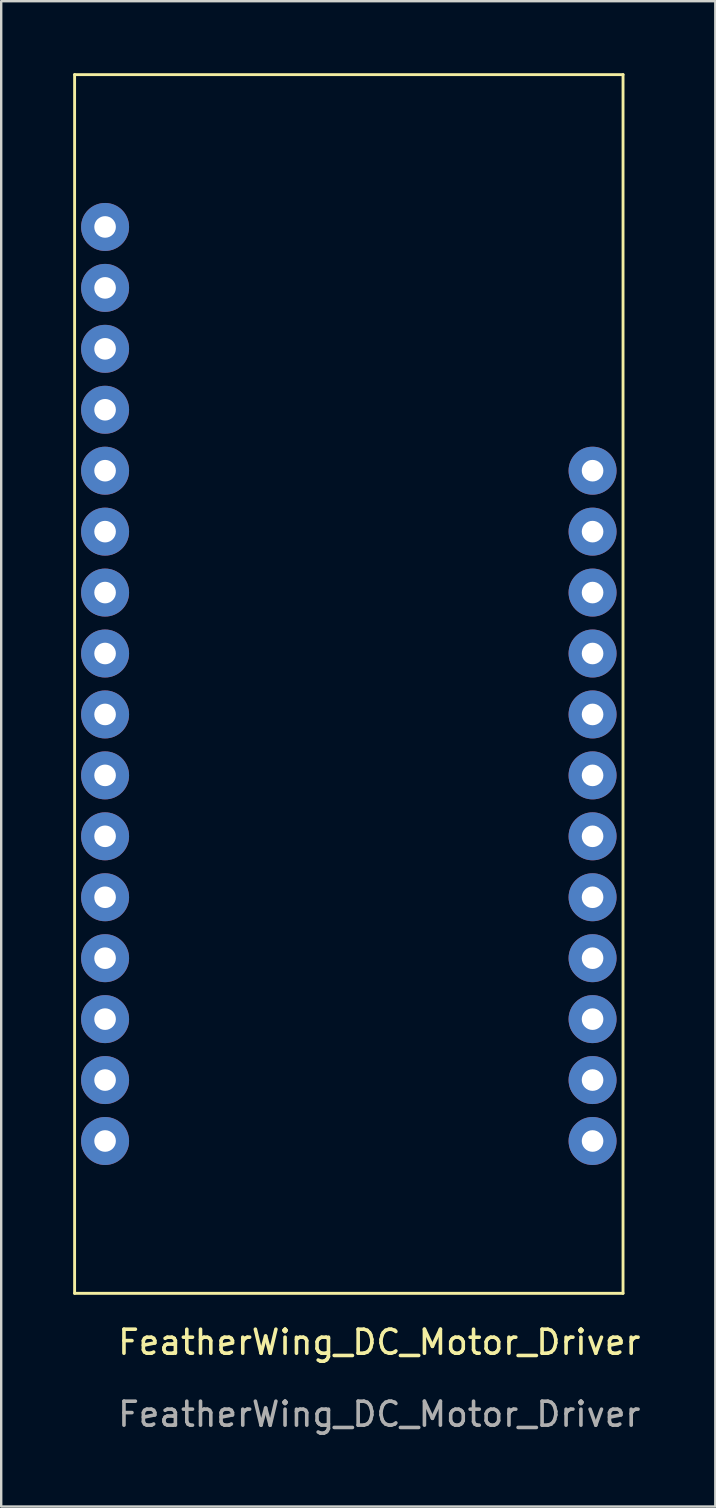
<source format=kicad_pcb>
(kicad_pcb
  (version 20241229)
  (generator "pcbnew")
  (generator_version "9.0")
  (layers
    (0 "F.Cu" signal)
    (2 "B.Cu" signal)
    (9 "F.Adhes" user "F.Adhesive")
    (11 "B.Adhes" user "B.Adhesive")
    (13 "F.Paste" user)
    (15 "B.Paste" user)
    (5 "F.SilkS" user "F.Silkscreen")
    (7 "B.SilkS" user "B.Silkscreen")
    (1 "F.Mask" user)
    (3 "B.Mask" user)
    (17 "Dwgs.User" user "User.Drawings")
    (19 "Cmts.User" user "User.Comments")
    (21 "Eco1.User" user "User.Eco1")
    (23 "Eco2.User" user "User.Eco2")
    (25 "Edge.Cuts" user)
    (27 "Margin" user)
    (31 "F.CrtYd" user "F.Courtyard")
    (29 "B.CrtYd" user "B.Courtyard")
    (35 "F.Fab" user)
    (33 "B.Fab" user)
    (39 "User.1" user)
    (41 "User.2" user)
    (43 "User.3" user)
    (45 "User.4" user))
  (footprint "FeatherWing_DC_Motor_Driver"
    (layer "F.Cu")
    (at 12.76 53.4)
    (property "Reference" "FeatherWing_DC_Motor_Driver" (at 0 -0.5 0) (unlocked yes) (layer "F.SilkS") (effects (font (size 1 1) (thickness 0.15))))
    (attr through_hole)
    (fp_line (start -12.7 -53.34) (end -12.7 -2.54) (stroke (width 0.12) (type solid)) (layer "F.SilkS"))
    (fp_line (start -12.7 -2.54) (end 10.16 -2.54) (stroke (width 0.12) (type solid)) (layer "F.SilkS"))
    (fp_line (start 10.16 -53.34) (end -12.7 -53.34) (stroke (width 0.12) (type solid)) (layer "F.SilkS"))
    (fp_line (start 10.16 -2.54) (end 10.16 -53.34) (stroke (width 0.12) (type solid)) (layer "F.SilkS"))
    (fp_text user "${REFERENCE}" (at 0 2.5 0) (unlocked yes) (layer "F.Fab") (effects (font (size 1 1) (thickness 0.15))))
    (pad "1" thru_hole circle (at -11.43 -46.99) (size 2 2) (drill 0.9) (layers "*.Cu" "*.Mask"))
    (pad "2" thru_hole circle (at -11.43 -44.45) (size 2 2) (drill 0.9) (layers "*.Cu" "*.Mask"))
    (pad "3" thru_hole circle (at -11.43 -41.91) (size 2 2) (drill 0.9) (layers "*.Cu" "*.Mask"))
    (pad "4" thru_hole circle (at -11.43 -39.37) (size 2 2) (drill 0.9) (layers "*.Cu" "*.Mask"))
    (pad "5" thru_hole circle (at -11.43 -36.83) (size 2 2) (drill 0.9) (layers "*.Cu" "*.Mask"))
    (pad "6" thru_hole circle (at -11.43 -34.29) (size 2 2) (drill 0.9) (layers "*.Cu" "*.Mask"))
    (pad "7" thru_hole circle (at -11.43 -31.75) (size 2 2) (drill 0.9) (layers "*.Cu" "*.Mask"))
    (pad "8" thru_hole circle (at -11.43 -29.21) (size 2 2) (drill 0.9) (layers "*.Cu" "*.Mask"))
    (pad "9" thru_hole circle (at -11.43 -26.67) (size 2 2) (drill 0.9) (layers "*.Cu" "*.Mask"))
    (pad "10" thru_hole circle (at -11.43 -24.13) (size 2 2) (drill 0.9) (layers "*.Cu" "*.Mask"))
    (pad "11" thru_hole circle (at -11.43 -21.59) (size 2 2) (drill 0.9) (layers "*.Cu" "*.Mask"))
    (pad "12" thru_hole circle (at -11.43 -19.05) (size 2 2) (drill 0.9) (layers "*.Cu" "*.Mask"))
    (pad "13" thru_hole circle (at -11.43 -16.51) (size 2 2) (drill 0.9) (layers "*.Cu" "*.Mask"))
    (pad "14" thru_hole circle (at -11.43 -13.97) (size 2 2) (drill 0.9) (layers "*.Cu" "*.Mask"))
    (pad "15" thru_hole circle (at -11.43 -11.43) (size 2 2) (drill 0.9) (layers "*.Cu" "*.Mask"))
    (pad "16" thru_hole circle (at -11.43 -8.89) (size 2 2) (drill 0.9) (layers "*.Cu" "*.Mask"))
    (pad "21" thru_hole circle (at 8.89 -36.83) (size 2 2) (drill 0.9) (layers "*.Cu" "*.Mask"))
    (pad "22" thru_hole circle (at 8.89 -34.29) (size 2 2) (drill 0.9) (layers "*.Cu" "*.Mask"))
    (pad "23" thru_hole circle (at 8.89 -31.75) (size 2 2) (drill 0.9) (layers "*.Cu" "*.Mask"))
    (pad "24" thru_hole circle (at 8.89 -29.21) (size 2 2) (drill 0.9) (layers "*.Cu" "*.Mask"))
    (pad "25" thru_hole circle (at 8.89 -26.67) (size 2 2) (drill 0.9) (layers "*.Cu" "*.Mask"))
    (pad "26" thru_hole circle (at 8.89 -24.13) (size 2 2) (drill 0.9) (layers "*.Cu" "*.Mask"))
    (pad "27" thru_hole circle (at 8.89 -21.59) (size 2 2) (drill 0.9) (layers "*.Cu" "*.Mask"))
    (pad "28" thru_hole circle (at 8.89 -19.05) (size 2 2) (drill 0.9) (layers "*.Cu" "*.Mask"))
    (pad "29" thru_hole circle (at 8.89 -16.51) (size 2 2) (drill 0.9) (layers "*.Cu" "*.Mask"))
    (pad "30" thru_hole circle (at 8.89 -13.97) (size 2 2) (drill 0.9) (layers "*.Cu" "*.Mask"))
    (pad "31" thru_hole circle (at 8.89 -11.43) (size 2 2) (drill 0.9) (layers "*.Cu" "*.Mask"))
    (pad "32" thru_hole circle (at 8.89 -8.89) (size 2 2) (drill 0.9) (layers "*.Cu" "*.Mask")))
  (gr_rect
    (start -3 -3)
    (end 26.766 59.748)
    (stroke (width 0.1) (type default))
    (fill no)
    (layer "Edge.Cuts")))
</source>
